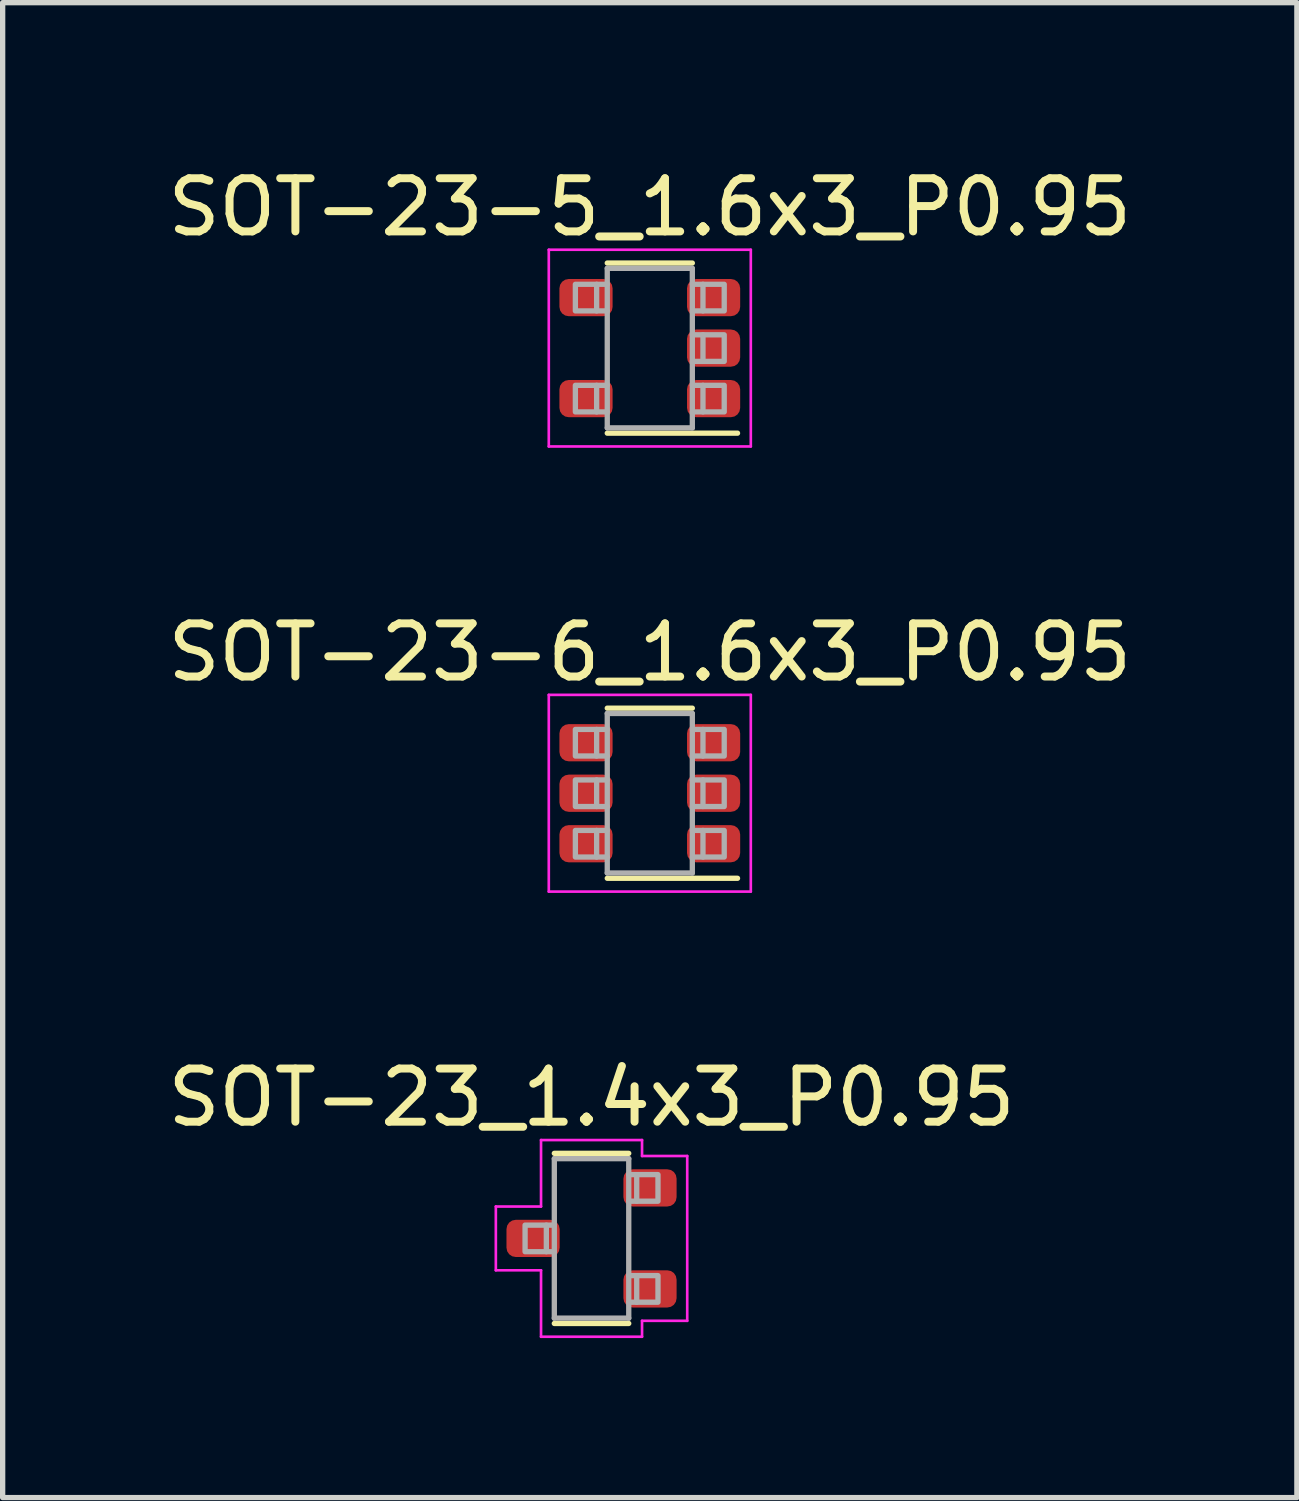
<source format=kicad_pcb>
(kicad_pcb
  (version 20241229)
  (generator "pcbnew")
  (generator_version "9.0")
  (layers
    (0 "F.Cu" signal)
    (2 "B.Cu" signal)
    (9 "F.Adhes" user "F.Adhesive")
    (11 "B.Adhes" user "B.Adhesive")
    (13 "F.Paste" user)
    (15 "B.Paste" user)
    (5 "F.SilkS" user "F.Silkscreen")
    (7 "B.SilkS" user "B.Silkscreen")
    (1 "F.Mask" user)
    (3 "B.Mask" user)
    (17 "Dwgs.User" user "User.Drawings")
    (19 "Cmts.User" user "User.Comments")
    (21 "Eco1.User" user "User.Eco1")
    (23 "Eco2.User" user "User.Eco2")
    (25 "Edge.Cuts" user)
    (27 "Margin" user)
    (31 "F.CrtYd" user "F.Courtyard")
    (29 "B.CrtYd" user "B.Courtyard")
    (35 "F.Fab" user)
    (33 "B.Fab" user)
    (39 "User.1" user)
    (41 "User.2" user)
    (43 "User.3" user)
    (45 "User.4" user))
  (footprint "SOT-23-6_1.6x3_P0.95"
    (layer "F.Cu")
    (at 9.173 11.871)
    (property "Reference" "SOT-23-6_1.6x3_P0.95" (at 0 -2.65 180) (layer "F.SilkS") (effects (font (size 1 1) (thickness 0.15))))
    (attr smd)
    (fp_line (start -0.8 -1.6) (end 0.8 -1.6) (stroke (width 0.1) (type solid)) (layer "F.SilkS"))
    (fp_line (start -0.8 1.6) (end 1.65 1.6) (stroke (width 0.1) (type solid)) (layer "F.SilkS"))
    (fp_line (start -1.9 -1.85) (end -1.9 1.85) (stroke (width 0.05) (type solid)) (layer "F.CrtYd"))
    (fp_line (start -1.9 1.85) (end 1.9 1.85) (stroke (width 0.05) (type solid)) (layer "F.CrtYd"))
    (fp_line (start 1.9 -1.85) (end -1.9 -1.85) (stroke (width 0.05) (type solid)) (layer "F.CrtYd"))
    (fp_line (start 1.9 1.85) (end 1.9 -1.85) (stroke (width 0.05) (type solid)) (layer "F.CrtYd"))
    (fp_line (start -1 -1.2) (end -0.8 -1.2) (stroke (width 0.1) (type solid)) (layer "F.Fab"))
    (fp_line (start -1 -0.7) (end -0.8 -0.7) (stroke (width 0.1) (type solid)) (layer "F.Fab"))
    (fp_line (start -1 -0.25) (end -0.8 -0.25) (stroke (width 0.1) (type solid)) (layer "F.Fab"))
    (fp_line (start -1 0.25) (end -0.8 0.25) (stroke (width 0.1) (type solid)) (layer "F.Fab"))
    (fp_line (start -1 0.7) (end -0.8 0.7) (stroke (width 0.1) (type solid)) (layer "F.Fab"))
    (fp_line (start -1 1.2) (end -0.8 1.2) (stroke (width 0.1) (type solid)) (layer "F.Fab"))
    (fp_line (start -0.8 1.5) (end -0.8 -1.5) (stroke (width 0.1) (type solid)) (layer "F.Fab"))
    (fp_line (start 0.8 -1.5) (end -0.8 -1.5) (stroke (width 0.1) (type solid)) (layer "F.Fab"))
    (fp_line (start 0.8 1.5) (end -0.8 1.5) (stroke (width 0.1) (type solid)) (layer "F.Fab"))
    (fp_line (start 0.8 1.5) (end 0.8 -1.5) (stroke (width 0.1) (type solid)) (layer "F.Fab"))
    (fp_line (start 1 -1.2) (end 0.8 -1.2) (stroke (width 0.1) (type solid)) (layer "F.Fab"))
    (fp_line (start 1 -0.7) (end 0.8 -0.7) (stroke (width 0.1) (type solid)) (layer "F.Fab"))
    (fp_line (start 1 -0.25) (end 0.8 -0.25) (stroke (width 0.1) (type solid)) (layer "F.Fab"))
    (fp_line (start 1 0.25) (end 0.8 0.25) (stroke (width 0.1) (type solid)) (layer "F.Fab"))
    (fp_line (start 1 0.7) (end 0.8 0.7) (stroke (width 0.1) (type solid)) (layer "F.Fab"))
    (fp_line (start 1 1.2) (end 0.8 1.2) (stroke (width 0.1) (type solid)) (layer "F.Fab"))
    (fp_poly (pts (xy -1 -0.7) (xy -1.4 -0.7) (xy -1.4 -1.2) (xy -1 -1.2)) (stroke (width 0.1) (type solid)) (fill no) (layer "F.Fab"))
    (fp_poly (pts (xy -1 0.25) (xy -1.4 0.25) (xy -1.4 -0.25) (xy -1 -0.25)) (stroke (width 0.1) (type solid)) (fill no) (layer "F.Fab"))
    (fp_poly (pts (xy -1 1.2) (xy -1.4 1.2) (xy -1.4 0.7) (xy -1 0.7)) (stroke (width 0.1) (type solid)) (fill no) (layer "F.Fab"))
    (fp_poly (pts (xy 1 -1.2) (xy 1.4 -1.2) (xy 1.4 -0.7) (xy 1 -0.7)) (stroke (width 0.1) (type solid)) (fill no) (layer "F.Fab"))
    (fp_poly (pts (xy 1 -0.25) (xy 1.4 -0.25) (xy 1.4 0.25) (xy 1 0.25)) (stroke (width 0.1) (type solid)) (fill no) (layer "F.Fab"))
    (fp_poly (pts (xy 1 0.7) (xy 1.4 0.7) (xy 1.4 1.2) (xy 1 1.2)) (stroke (width 0.1) (type solid)) (fill no) (layer "F.Fab"))
    (pad "1" smd roundrect (at 1.2 0.95 180) (size 1 0.7) (layers "F.Cu" "F.Mask" "F.Paste") (roundrect_rratio 0.25))
    (pad "2" smd roundrect (at 1.2 0 180) (size 1 0.7) (layers "F.Cu" "F.Mask" "F.Paste") (roundrect_rratio 0.25))
    (pad "3" smd roundrect (at 1.2 -0.95 180) (size 1 0.7) (layers "F.Cu" "F.Mask" "F.Paste") (roundrect_rratio 0.25))
    (pad "4" smd roundrect (at -1.2 -0.95 180) (size 1 0.7) (layers "F.Cu" "F.Mask" "F.Paste") (roundrect_rratio 0.25))
    (pad "5" smd roundrect (at -1.2 0 180) (size 1 0.7) (layers "F.Cu" "F.Mask" "F.Paste") (roundrect_rratio 0.25))
    (pad "6" smd roundrect (at -1.2 0.95 180) (size 1 0.7) (layers "F.Cu" "F.Mask" "F.Paste") (roundrect_rratio 0.25)))
  (footprint "SOT-23_1.4x3_P0.95"
    (layer "F.Cu")
    (at 8.077 20.245)
    (property "Reference" "SOT-23_1.4x3_P0.95" (at 0 -2.65 0) (layer "F.SilkS") (effects (font (size 1 1) (thickness 0.15))))
    (attr smd)
    (fp_line (start -0.7 -1.6) (end 0.7 -1.6) (stroke (width 0.1) (type solid)) (layer "F.SilkS"))
    (fp_line (start -0.7 1.6) (end 0.7 1.6) (stroke (width 0.1) (type solid)) (layer "F.SilkS"))
    (fp_line (start -1.8 -0.6) (end -1.8 0.6) (stroke (width 0.05) (type solid)) (layer "F.CrtYd"))
    (fp_line (start -1.8 -0.6) (end -0.95 -0.6) (stroke (width 0.05) (type solid)) (layer "F.CrtYd"))
    (fp_line (start -1.8 0.6) (end -0.95 0.6) (stroke (width 0.05) (type solid)) (layer "F.CrtYd"))
    (fp_line (start -0.95 -1.85) (end -0.95 -0.6) (stroke (width 0.05) (type solid)) (layer "F.CrtYd"))
    (fp_line (start -0.95 0.6) (end -0.95 1.85) (stroke (width 0.05) (type solid)) (layer "F.CrtYd"))
    (fp_line (start -0.95 1.85) (end 0.95 1.85) (stroke (width 0.05) (type solid)) (layer "F.CrtYd"))
    (fp_line (start 0.95 -1.85) (end -0.95 -1.85) (stroke (width 0.05) (type solid)) (layer "F.CrtYd"))
    (fp_line (start 0.95 -1.85) (end 0.95 -1.55) (stroke (width 0.05) (type solid)) (layer "F.CrtYd"))
    (fp_line (start 0.95 -1.55) (end 1.8 -1.55) (stroke (width 0.05) (type solid)) (layer "F.CrtYd"))
    (fp_line (start 0.95 1.55) (end 0.95 1.85) (stroke (width 0.05) (type solid)) (layer "F.CrtYd"))
    (fp_line (start 0.95 1.55) (end 1.8 1.55) (stroke (width 0.05) (type solid)) (layer "F.CrtYd"))
    (fp_line (start 1.8 1.55) (end 1.8 -1.55) (stroke (width 0.05) (type solid)) (layer "F.CrtYd"))
    (fp_line (start -0.85 -0.25) (end -0.7 -0.25) (stroke (width 0.1) (type solid)) (layer "F.Fab"))
    (fp_line (start -0.85 0.25) (end -0.7 0.25) (stroke (width 0.1) (type solid)) (layer "F.Fab"))
    (fp_line (start -0.7 1.5) (end -0.7 -1.5) (stroke (width 0.1) (type solid)) (layer "F.Fab"))
    (fp_line (start 0.7 -1.5) (end -0.7 -1.5) (stroke (width 0.1) (type solid)) (layer "F.Fab"))
    (fp_line (start 0.7 1.5) (end -0.7 1.5) (stroke (width 0.1) (type solid)) (layer "F.Fab"))
    (fp_line (start 0.7 1.5) (end 0.7 -1.5) (stroke (width 0.1) (type solid)) (layer "F.Fab"))
    (fp_line (start 0.85 -1.2) (end 0.7 -1.2) (stroke (width 0.1) (type solid)) (layer "F.Fab"))
    (fp_line (start 0.85 -0.7) (end 0.7 -0.7) (stroke (width 0.1) (type solid)) (layer "F.Fab"))
    (fp_line (start 0.85 0.7) (end 0.7 0.7) (stroke (width 0.1) (type solid)) (layer "F.Fab"))
    (fp_line (start 0.85 1.2) (end 0.7 1.2) (stroke (width 0.1) (type solid)) (layer "F.Fab"))
    (fp_poly (pts (xy -0.85 0.25) (xy -1.25 0.25) (xy -1.25 -0.25) (xy -0.85 -0.25)) (stroke (width 0.1) (type solid)) (fill no) (layer "F.Fab"))
    (fp_poly (pts (xy 0.85 -1.2) (xy 1.25 -1.2) (xy 1.25 -0.7) (xy 0.85 -0.7)) (stroke (width 0.1) (type solid)) (fill no) (layer "F.Fab"))
    (fp_poly (pts (xy 0.85 0.7) (xy 1.25 0.7) (xy 1.25 1.2) (xy 0.85 1.2)) (stroke (width 0.1) (type solid)) (fill no) (layer "F.Fab"))
    (pad "1" smd roundrect (at 1.1 0.95 180) (size 1 0.7) (layers "F.Cu" "F.Mask" "F.Paste") (roundrect_rratio 0.25))
    (pad "2" smd roundrect (at 1.1 -0.95 180) (size 1 0.7) (layers "F.Cu" "F.Mask" "F.Paste") (roundrect_rratio 0.25))
    (pad "3" smd roundrect (at -1.1 0 180) (size 1 0.7) (layers "F.Cu" "F.Mask" "F.Paste") (roundrect_rratio 0.25)))
  (footprint "SOT-23-5_1.6x3_P0.95"
    (layer "F.Cu")
    (at 9.173 3.498)
    (property "Reference" "SOT-23-5_1.6x3_P0.95" (at 0 -2.65 0) (layer "F.SilkS") (effects (font (size 1 1) (thickness 0.15))))
    (attr smd)
    (fp_line (start -0.8 -1.6) (end 0.8 -1.6) (stroke (width 0.1) (type solid)) (layer "F.SilkS"))
    (fp_line (start -0.8 1.6) (end 1.65 1.6) (stroke (width 0.1) (type solid)) (layer "F.SilkS"))
    (fp_line (start -1.9 -1.85) (end -1.9 1.85) (stroke (width 0.05) (type solid)) (layer "F.CrtYd"))
    (fp_line (start -1.9 1.85) (end 1.9 1.85) (stroke (width 0.05) (type solid)) (layer "F.CrtYd"))
    (fp_line (start 1.9 -1.85) (end -1.9 -1.85) (stroke (width 0.05) (type solid)) (layer "F.CrtYd"))
    (fp_line (start 1.9 1.85) (end 1.9 -1.85) (stroke (width 0.05) (type solid)) (layer "F.CrtYd"))
    (fp_line (start -1 -1.2) (end -0.8 -1.2) (stroke (width 0.1) (type solid)) (layer "F.Fab"))
    (fp_line (start -1 -0.7) (end -0.8 -0.7) (stroke (width 0.1) (type solid)) (layer "F.Fab"))
    (fp_line (start -1 0.7) (end -0.8 0.7) (stroke (width 0.1) (type solid)) (layer "F.Fab"))
    (fp_line (start -1 1.2) (end -0.8 1.2) (stroke (width 0.1) (type solid)) (layer "F.Fab"))
    (fp_line (start -0.8 1.5) (end -0.8 -1.5) (stroke (width 0.1) (type solid)) (layer "F.Fab"))
    (fp_line (start 0.8 -1.5) (end -0.8 -1.5) (stroke (width 0.1) (type solid)) (layer "F.Fab"))
    (fp_line (start 0.8 1.5) (end -0.8 1.5) (stroke (width 0.1) (type solid)) (layer "F.Fab"))
    (fp_line (start 0.8 1.5) (end 0.8 -1.5) (stroke (width 0.1) (type solid)) (layer "F.Fab"))
    (fp_line (start 1 -1.2) (end 0.8 -1.2) (stroke (width 0.1) (type solid)) (layer "F.Fab"))
    (fp_line (start 1 -0.7) (end 0.8 -0.7) (stroke (width 0.1) (type solid)) (layer "F.Fab"))
    (fp_line (start 1 -0.25) (end 0.8 -0.25) (stroke (width 0.1) (type solid)) (layer "F.Fab"))
    (fp_line (start 1 0.25) (end 0.8 0.25) (stroke (width 0.1) (type solid)) (layer "F.Fab"))
    (fp_line (start 1 0.7) (end 0.8 0.7) (stroke (width 0.1) (type solid)) (layer "F.Fab"))
    (fp_line (start 1 1.2) (end 0.8 1.2) (stroke (width 0.1) (type solid)) (layer "F.Fab"))
    (fp_poly (pts (xy -1 -0.7) (xy -1.4 -0.7) (xy -1.4 -1.2) (xy -1 -1.2)) (stroke (width 0.1) (type solid)) (fill no) (layer "F.Fab"))
    (fp_poly (pts (xy -1 1.2) (xy -1.4 1.2) (xy -1.4 0.7) (xy -1 0.7)) (stroke (width 0.1) (type solid)) (fill no) (layer "F.Fab"))
    (fp_poly (pts (xy 1 -1.2) (xy 1.4 -1.2) (xy 1.4 -0.7) (xy 1 -0.7)) (stroke (width 0.1) (type solid)) (fill no) (layer "F.Fab"))
    (fp_poly (pts (xy 1 -0.25) (xy 1.4 -0.25) (xy 1.4 0.25) (xy 1 0.25)) (stroke (width 0.1) (type solid)) (fill no) (layer "F.Fab"))
    (fp_poly (pts (xy 1 0.7) (xy 1.4 0.7) (xy 1.4 1.2) (xy 1 1.2)) (stroke (width 0.1) (type solid)) (fill no) (layer "F.Fab"))
    (pad "1" smd roundrect (at 1.2 0.95 180) (size 1 0.7) (layers "F.Cu" "F.Mask" "F.Paste") (roundrect_rratio 0.25))
    (pad "2" smd roundrect (at 1.2 0 180) (size 1 0.7) (layers "F.Cu" "F.Mask" "F.Paste") (roundrect_rratio 0.25))
    (pad "3" smd roundrect (at 1.2 -0.95 180) (size 1 0.7) (layers "F.Cu" "F.Mask" "F.Paste") (roundrect_rratio 0.25))
    (pad "4" smd roundrect (at -1.2 -0.95 180) (size 1 0.7) (layers "F.Cu" "F.Mask" "F.Paste") (roundrect_rratio 0.25))
    (pad "5" smd roundrect (at -1.2 0.95 180) (size 1 0.7) (layers "F.Cu" "F.Mask" "F.Paste") (roundrect_rratio 0.25)))
  (gr_rect
    (start -3 -3)
    (end 21.345 25.12)
    (stroke (width 0.1) (type default))
    (fill no)
    (layer "Edge.Cuts")))
</source>
